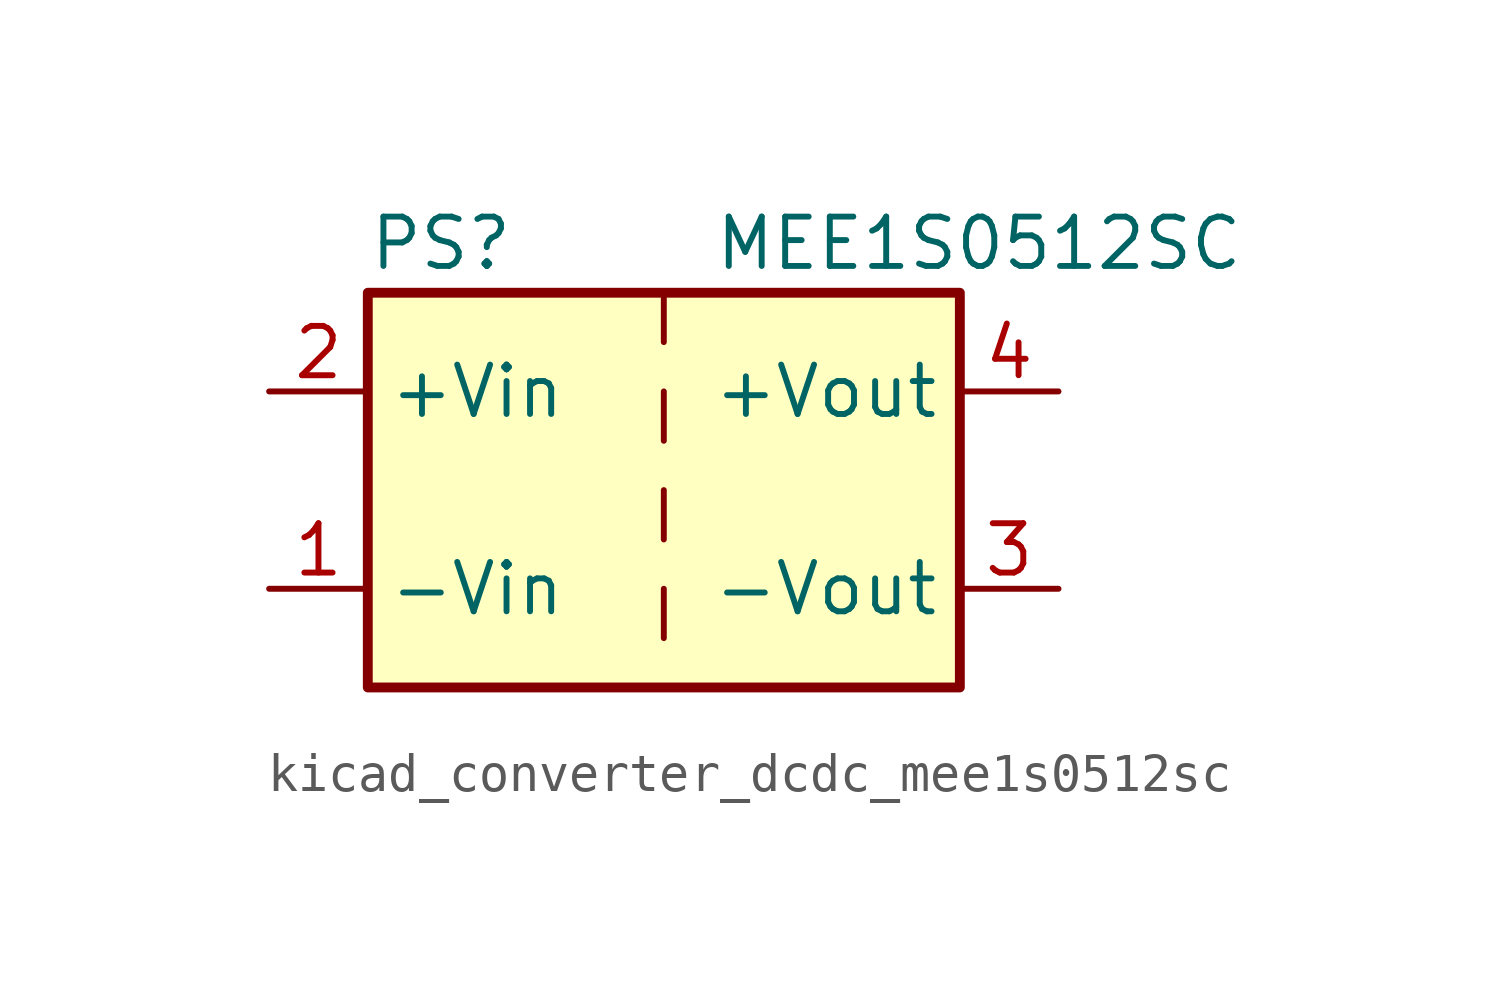
<source format=kicad_sym>
(kicad_symbol_lib
  (version 20220914)
  (generator kicad_symbol_editor)
  (symbol "kicad_converter_dcdc_mee1s0512sc"
    (property "Reference" "PS"
      (at -7.62 6.35 0)
      (effects (font (size 1.27 1.27)) (justify left)))
    (property "Value" "MEE1S0512SC"
      (at 1.27 6.35 0)
      (effects (font (size 1.27 1.27)) (justify left)))
    (symbol "kicad_converter_dcdc_mee1s0512sc_0_0"
      (pin power_in line (at -10.16 -2.54 0) (length 2.54) (name "-Vin" (effects (font (size 1.27 1.27)))) (number "1" (effects (font (size 1.27 1.27)))))
      (pin power_in line (at -10.16 2.54 0) (length 2.54) (name "+Vin" (effects (font (size 1.27 1.27)))) (number "2" (effects (font (size 1.27 1.27)))))
      (pin power_out line (at 10.16 -2.54 180) (length 2.54) (name "-Vout" (effects (font (size 1.27 1.27)))) (number "3" (effects (font (size 1.27 1.27)))))
      (pin power_out line (at 10.16 2.54 180) (length 2.54) (name "+Vout" (effects (font (size 1.27 1.27)))) (number "4" (effects (font (size 1.27 1.27))))))
    (symbol "kicad_converter_dcdc_mee1s0512sc_0_1"
      (rectangle (start -7.62 5.08) (end 7.62 -5.08) (stroke (width 0.254) (type default)) (fill (type background)))
      (polyline (pts (xy 0 -2.54) (xy 0 -3.81)) (stroke (width 0) (type default)) (fill (type none)))
      (polyline (pts (xy 0 0) (xy 0 -1.27)) (stroke (width 0) (type default)) (fill (type none)))
      (polyline (pts (xy 0 2.54) (xy 0 1.27)) (stroke (width 0) (type default)) (fill (type none)))
      (polyline (pts (xy 0 5.08) (xy 0 3.81)) (stroke (width 0) (type default)) (fill (type none))))))
</source>
